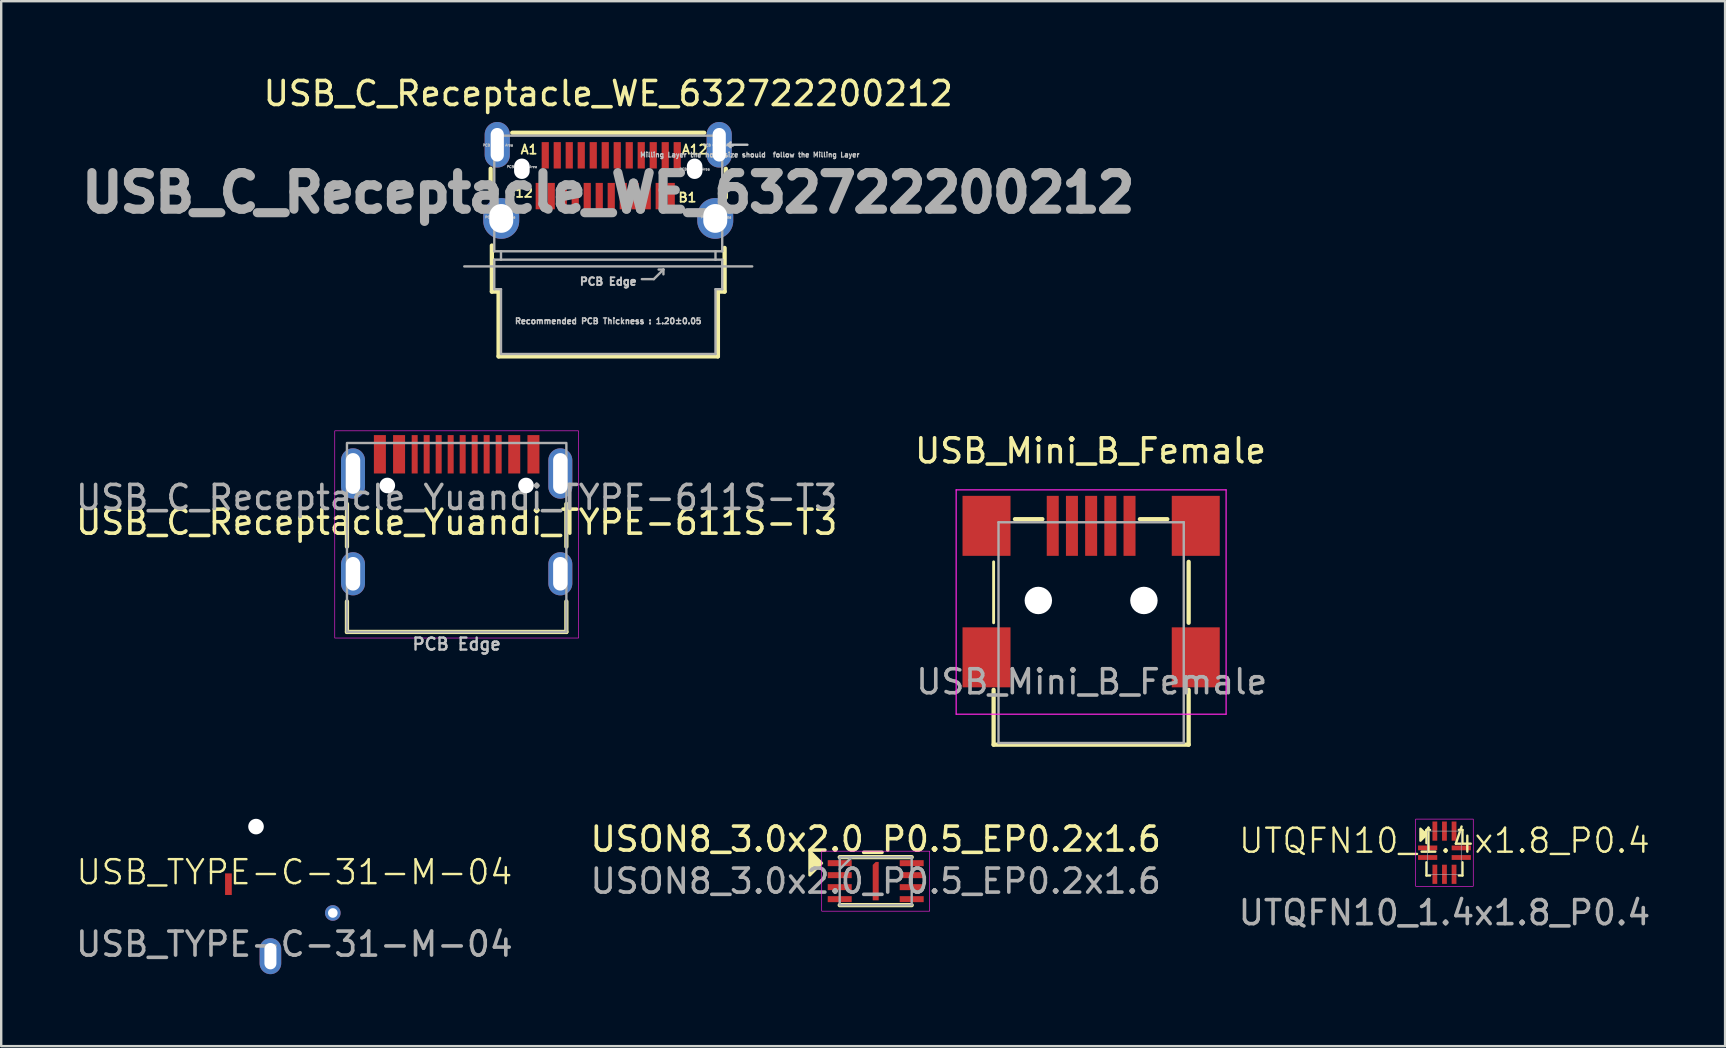
<source format=kicad_pcb>
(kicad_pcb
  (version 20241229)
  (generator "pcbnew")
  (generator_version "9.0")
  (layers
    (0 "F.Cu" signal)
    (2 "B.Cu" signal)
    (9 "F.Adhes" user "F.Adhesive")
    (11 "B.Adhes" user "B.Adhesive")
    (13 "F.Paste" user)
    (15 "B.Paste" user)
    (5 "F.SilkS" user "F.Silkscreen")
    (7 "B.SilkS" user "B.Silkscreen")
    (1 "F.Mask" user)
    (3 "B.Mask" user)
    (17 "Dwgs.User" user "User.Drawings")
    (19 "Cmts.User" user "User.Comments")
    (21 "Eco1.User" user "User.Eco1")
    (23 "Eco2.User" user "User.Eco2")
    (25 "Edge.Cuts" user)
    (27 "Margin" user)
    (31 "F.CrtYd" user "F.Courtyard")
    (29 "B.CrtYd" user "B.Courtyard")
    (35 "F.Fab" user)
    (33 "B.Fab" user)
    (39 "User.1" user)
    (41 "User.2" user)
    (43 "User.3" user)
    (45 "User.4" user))
  (footprint "USB_C_Receptacle_WE_632722200212"
    (layer "F.Cu")
    (at 22.299 3.983)
    (property "Reference" "USB_C_Receptacle_WE_632722200212" (at 0 -3.135 0) (layer "F.SilkS") (effects (font (size 1 1) (thickness 0.15))))
    (attr smd)
    (fp_line (start -4.9 0) (end -4.9 1.2) (stroke (width 0.178) (type solid)) (layer "F.SilkS"))
    (fp_line (start -4.85 3.2) (end -4.85 5.12) (stroke (width 0.178) (type solid)) (layer "F.SilkS"))
    (fp_line (start -4.85 5.12) (end -4.57 5.12) (stroke (width 0.178) (type solid)) (layer "F.SilkS"))
    (fp_line (start -4.57 5.12) (end -4.57 7.82) (stroke (width 0.178) (type solid)) (layer "F.SilkS"))
    (fp_line (start -4.57 7.82) (end 4.57 7.82) (stroke (width 0.178) (type solid)) (layer "F.SilkS"))
    (fp_line (start -4 -1.5) (end 4 -1.5) (stroke (width 0.178) (type solid)) (layer "F.SilkS"))
    (fp_line (start 4.57 5.12) (end 4.85 5.12) (stroke (width 0.178) (type solid)) (layer "F.SilkS"))
    (fp_line (start 4.57 7.82) (end 4.57 5.12) (stroke (width 0.178) (type solid)) (layer "F.SilkS"))
    (fp_line (start 4.85 5.12) (end 4.85 3.3) (stroke (width 0.178) (type solid)) (layer "F.SilkS"))
    (fp_line (start 4.9 1.2) (end 4.9 0) (stroke (width 0.178) (type solid)) (layer "F.SilkS"))
    (fp_line (start 5 -1) (end 5.1 -1.1) (stroke (width 0.1) (type solid)) (layer "Dwgs.User"))
    (fp_line (start 5 -1) (end 5.1 -0.9) (stroke (width 0.1) (type solid)) (layer "Dwgs.User"))
    (fp_line (start 5.8 -1) (end 5 -1) (stroke (width 0.1) (type solid)) (layer "Dwgs.User"))
    (fp_line (start -6 4.07) (end 6 4.07) (stroke (width 0.1) (type solid)) (layer "F.Fab"))
    (fp_line (start -4.75 -1.38) (end -4.75 3.44) (stroke (width 0.1) (type solid)) (layer "F.Fab"))
    (fp_line (start -4.75 3.44) (end -4.47 3.44) (stroke (width 0.1) (type solid)) (layer "F.Fab"))
    (fp_line (start -4.75 3.79) (end -4.75 5.02) (stroke (width 0.1) (type solid)) (layer "F.Fab"))
    (fp_line (start -4.75 3.79) (end -4.47 3.79) (stroke (width 0.1) (type solid)) (layer "F.Fab"))
    (fp_line (start -4.75 5.02) (end -4.47 5.02) (stroke (width 0.1) (type solid)) (layer "F.Fab"))
    (fp_line (start -4.47 3.44) (end -4.47 3.79) (stroke (width 0.1) (type solid)) (layer "F.Fab"))
    (fp_line (start -4.47 3.44) (end 4.47 3.44) (stroke (width 0.1) (type solid)) (layer "F.Fab"))
    (fp_line (start -4.47 3.79) (end 4.47 3.79) (stroke (width 0.1) (type solid)) (layer "F.Fab"))
    (fp_line (start -4.47 5.02) (end -4.47 7.72) (stroke (width 0.1) (type solid)) (layer "F.Fab"))
    (fp_line (start -4.47 7.72) (end 4.47 7.72) (stroke (width 0.1) (type solid)) (layer "F.Fab"))
    (fp_line (start 1.4 4.6) (end 1.9 4.6) (stroke (width 0.1) (type solid)) (layer "F.Fab"))
    (fp_line (start 1.9 4.6) (end 2.3 4.2) (stroke (width 0.1) (type solid)) (layer "F.Fab"))
    (fp_line (start 2.3 4.2) (end 2.1 4.2) (stroke (width 0.1) (type solid)) (layer "F.Fab"))
    (fp_line (start 2.3 4.2) (end 2.3 4.4) (stroke (width 0.1) (type solid)) (layer "F.Fab"))
    (fp_line (start 4.47 3.44) (end 4.47 3.79) (stroke (width 0.1) (type solid)) (layer "F.Fab"))
    (fp_line (start 4.47 3.44) (end 4.75 3.44) (stroke (width 0.1) (type solid)) (layer "F.Fab"))
    (fp_line (start 4.47 3.79) (end 4.75 3.79) (stroke (width 0.1) (type solid)) (layer "F.Fab"))
    (fp_line (start 4.47 5.02) (end 4.47 7.72) (stroke (width 0.1) (type solid)) (layer "F.Fab"))
    (fp_line (start 4.47 5.02) (end 4.75 5.02) (stroke (width 0.1) (type solid)) (layer "F.Fab"))
    (fp_line (start 4.75 -1.38) (end -4.75 -1.38) (stroke (width 0.1) (type solid)) (layer "F.Fab"))
    (fp_line (start 4.75 3.44) (end 4.75 -1.38) (stroke (width 0.1) (type solid)) (layer "F.Fab"))
    (fp_line (start 4.75 5.02) (end 4.75 3.79) (stroke (width 0.1) (type solid)) (layer "F.Fab"))
    (fp_text user "B12" (at -3.7 1 0) (layer "F.SilkS") (effects (font (size 0.381 0.381) (thickness 0.076) (bold yes))))
    (fp_text user "A12" (at 3.6 -0.8 0) (layer "F.SilkS") (effects (font (size 0.381 0.381) (thickness 0.076) (bold yes))))
    (fp_text user "A1" (at -3.3 -0.8 0) (layer "F.SilkS") (effects (font (size 0.381 0.381) (thickness 0.076) (bold yes))))
    (fp_text user "B1" (at 3.3 1.2 0) (layer "F.SilkS") (effects (font (size 0.381 0.381) (thickness 0.076) (bold yes))))
    (fp_text user "PCB Cutout Area" (at -4.5 2.02 0) (layer "Dwgs.User") (effects (font (size 0.1 0.1) (thickness 0.15))))
    (fp_text user "PCB Cutout Area" (at -4.6 -0.98 0) (layer "Dwgs.User") (effects (font (size 0.1 0.1) (thickness 0.15))))
    (fp_text user "PCB Cutout Area" (at 3.6 0.02 0) (layer "Dwgs.User") (effects (font (size 0.1 0.1) (thickness 0.15))))
    (fp_text user "Recommended PCB Thickness : 1.20±0.05" (at 0 6.35 0) (layer "Dwgs.User") (effects (font (size 0.24 0.24) (thickness 0.15))))
    (fp_text user "PCB Edge" (at 0 4.7 0) (layer "Dwgs.User") (effects (font (size 0.32 0.32) (thickness 0.15))))
    (fp_text user "Milling Layer the hole size should  follow the Milling Layer" (at 5.9 -0.58 0) (layer "Dwgs.User") (effects (font (size 0.2 0.2) (thickness 0.15))))
    (fp_text user "PCB Cutout Area" (at -3.6 -0.08 0) (layer "Dwgs.User") (effects (font (size 0.1 0.1) (thickness 0.15))))
    (fp_text user "PCB Cutout Area" (at 4.6 -0.98 0) (layer "Dwgs.User") (effects (font (size 0.1 0.1) (thickness 0.15))))
    (fp_text user "PCB Cutout Area" (at 4.5 2.02 0) (layer "Dwgs.User") (effects (font (size 0.1 0.1) (thickness 0.15))))
    (fp_text user "${REFERENCE}" (at 0 1 0) (unlocked yes) (layer "F.Fab") (effects (font (size 1.524 1.524) (thickness 0.381) (bold yes))))
    (pad "" np_thru_hole oval (at -3.6 0) (size 0.65 0.85) (drill oval 0.65 0.85) (layers "*.Cu" "*.Mask"))
    (pad "" np_thru_hole oval (at 3.6 0) (size 0.65 0.85) (drill oval 0.65 0.85) (layers "*.Cu" "*.Mask"))
    (pad "A1" smd rect (at -2.625 -0.56) (size 0.3 1.1) (layers "F.Cu" "F.Mask" "F.Paste"))
    (pad "A2" smd rect (at -2.125 -0.56) (size 0.3 1.1) (layers "F.Cu" "F.Mask" "F.Paste"))
    (pad "A3" smd rect (at -1.625 -0.56) (size 0.3 1.1) (layers "F.Cu" "F.Mask" "F.Paste"))
    (pad "A4" smd rect (at -1.125 -0.56) (size 0.3 1.1) (layers "F.Cu" "F.Mask" "F.Paste"))
    (pad "A5" smd rect (at -0.625 -0.56) (size 0.3 1.1) (layers "F.Cu" "F.Mask" "F.Paste"))
    (pad "A6" smd rect (at -0.125 -0.56) (size 0.3 1.1) (layers "F.Cu" "F.Mask" "F.Paste"))
    (pad "A7" smd rect (at 0.375 -0.56) (size 0.3 1.1) (layers "F.Cu" "F.Mask" "F.Paste"))
    (pad "A8" smd rect (at 0.875 -0.56) (size 0.3 1.1) (layers "F.Cu" "F.Mask" "F.Paste"))
    (pad "A9" smd rect (at 1.375 -0.56) (size 0.3 1.1) (layers "F.Cu" "F.Mask" "F.Paste"))
    (pad "A10" smd rect (at 1.875 -0.56) (size 0.3 1.1) (layers "F.Cu" "F.Mask" "F.Paste"))
    (pad "A11" smd rect (at 2.375 -0.56) (size 0.3 1.1) (layers "F.Cu" "F.Mask" "F.Paste"))
    (pad "A12" smd rect (at 2.875 -0.56) (size 0.3 1.1) (layers "F.Cu" "F.Mask" "F.Paste"))
    (pad "B1" smd rect (at 2.625 1.14) (size 0.3 1.1) (layers "F.Cu" "F.Mask" "F.Paste"))
    (pad "B2" smd rect (at 2.125 1.14) (size 0.3 1.1) (layers "F.Cu" "F.Mask" "F.Paste"))
    (pad "B3" smd rect (at 1.625 1.14) (size 0.3 1.1) (layers "F.Cu" "F.Mask" "F.Paste"))
    (pad "B4" smd rect (at 1.125 1.14) (size 0.3 1.1) (layers "F.Cu" "F.Mask" "F.Paste"))
    (pad "B5" smd rect (at 0.625 1.14) (size 0.3 1.1) (layers "F.Cu" "F.Mask" "F.Paste"))
    (pad "B6" smd rect (at 0.125 1.14) (size 0.3 1.1) (layers "F.Cu" "F.Mask" "F.Paste"))
    (pad "B7" smd rect (at -0.375 1.14) (size 0.3 1.1) (layers "F.Cu" "F.Mask" "F.Paste"))
    (pad "B8" smd rect (at -0.875 1.14) (size 0.3 1.1) (layers "F.Cu" "F.Mask" "F.Paste"))
    (pad "B9" smd rect (at -1.375 1.14) (size 0.3 1.1) (layers "F.Cu" "F.Mask" "F.Paste"))
    (pad "B10" smd rect (at -1.875 1.14) (size 0.3 1.1) (layers "F.Cu" "F.Mask" "F.Paste"))
    (pad "B11" smd rect (at -2.375 1.14) (size 0.3 1.1) (layers "F.Cu" "F.Mask" "F.Paste"))
    (pad "B12" smd rect (at -2.875 1.14) (size 0.3 1.1) (layers "F.Cu" "F.Mask" "F.Paste"))
    (pad "SH" thru_hole oval (at -4.625 -1) (size 1.05 1.9) (drill oval 0.55 1.4) (layers "*.Cu" "*.Mask"))
    (pad "SH" thru_hole oval (at -4.46 2.07) (size 1.5 1.7) (drill oval 1 1.2) (layers "*.Cu" "*.Mask"))
    (pad "SH" thru_hole oval (at 4.46 2.07) (size 1.5 1.7) (drill oval 1 1.2) (layers "*.Cu" "*.Mask"))
    (pad "SH" thru_hole oval (at 4.625 -1) (size 1.05 1.9) (drill oval 0.55 1.4) (layers "*.Cu" "*.Mask")))
  (footprint "UTQFN10_1.4x1.8_P0.4"
    (layer "F.Cu")
    (at 57.149 32.487)
    (property "Reference" "UTQFN10_1.4x1.8_P0.4" (at 0 -0.5 0) (unlocked yes) (layer "F.SilkS") (effects (font (size 1 1) (thickness 0.1))))
    (attr smd)
    (fp_line (start -0.75 -0.95) (end -0.6 -0.95) (stroke (width 0.1) (type default)) (layer "F.SilkS"))
    (fp_line (start -0.75 -0.4) (end -0.75 -0.95) (stroke (width 0.1) (type default)) (layer "F.SilkS"))
    (fp_line (start -0.75 0.4) (end -0.75 0.95) (stroke (width 0.1) (type default)) (layer "F.SilkS"))
    (fp_line (start -0.75 0.95) (end -0.6 0.95) (stroke (width 0.1) (type default)) (layer "F.SilkS"))
    (fp_line (start 0.6 -0.95) (end 0.75 -0.95) (stroke (width 0.1) (type default)) (layer "F.SilkS"))
    (fp_line (start 0.6 0.95) (end 0.75 0.95) (stroke (width 0.1) (type default)) (layer "F.SilkS"))
    (fp_line (start 0.75 -0.95) (end 0.75 -0.4) (stroke (width 0.1) (type default)) (layer "F.SilkS"))
    (fp_line (start 0.75 0.95) (end 0.75 0.4) (stroke (width 0.1) (type default)) (layer "F.SilkS"))
    (fp_poly (pts (xy -1 -1) (xy -0.75 -0.75) (xy -1 -0.5)) (stroke (width 0.1) (type solid)) (fill yes) (layer "F.SilkS"))
    (fp_rect (start -1.2 -1.4) (end 1.2 1.4) (stroke (width 0.025) (type solid)) (fill no) (layer "F.CrtYd"))
    (fp_rect (start -0.7 -0.9) (end 0.7 0.9) (stroke (width 0.025) (type solid)) (fill no) (layer "F.Fab"))
    (fp_text user "${REFERENCE}" (at 0 2.5 0) (unlocked yes) (layer "F.Fab") (effects (font (size 1 1) (thickness 0.15))))
    (pad "1" smd rect (at -0.7 -0.2) (size 0.8 0.2) (layers "F.Cu" "F.Mask" "F.Paste"))
    (pad "2" smd rect (at -0.7 0.2) (size 0.8 0.2) (layers "F.Cu" "F.Mask" "F.Paste"))
    (pad "3" smd rect (at -0.4 0.9) (size 0.2 0.8) (layers "F.Cu" "F.Mask" "F.Paste"))
    (pad "4" smd rect (at 0 0.9) (size 0.2 0.8) (layers "F.Cu" "F.Mask" "F.Paste"))
    (pad "5" smd rect (at 0.4 0.9) (size 0.2 0.8) (layers "F.Cu" "F.Mask" "F.Paste"))
    (pad "6" smd rect (at 0.7 0.2) (size 0.8 0.2) (layers "F.Cu" "F.Mask" "F.Paste"))
    (pad "7" smd rect (at 0.7 -0.2) (size 0.8 0.2) (layers "F.Cu" "F.Mask" "F.Paste"))
    (pad "8" smd rect (at 0.4 -0.9) (size 0.2 0.8) (layers "F.Cu" "F.Mask" "F.Paste"))
    (pad "9" smd rect (at 0 -0.9) (size 0.2 0.8) (layers "F.Cu" "F.Mask" "F.Paste"))
    (pad "10" smd rect (at -0.4 -0.9) (size 0.2 0.8) (layers "F.Cu" "F.Mask" "F.Paste")))
  (footprint "USB_TYPE-C-31-M-04"
    (layer "F.Cu")
    (at 9.22 33.799)
    (property "Reference" "USB_TYPE-C-31-M-04" (at 0 -0.5 0) (unlocked yes) (layer "F.SilkS") (effects (font (size 1 1) (thickness 0.1))))
    (attr through_hole)
    (fp_text user "${REFERENCE}" (at 0 2.5 0) (unlocked yes) (layer "F.Fab") (effects (font (size 1 1) (thickness 0.15))))
    (pad "" np_thru_hole circle (at -1.6 -2.4) (size 0.65 0.65) (drill 0.65) (layers "*.Cu" "*.Mask"))
    (pad "A1" smd rect (at -2.75 0) (size 0.28 0.9) (layers "F.Cu" "F.Mask" "F.Paste"))
    (pad "B1" thru_hole circle (at 1.6 1.2) (size 0.65 0.65) (drill 0.4) (layers "*.Cu" "*.Mask"))
    (pad "SH" thru_hole oval (at -1 3) (size 0.9 1.5) (drill oval 0.5 1.1) (layers "*.Cu" "*.Mask")))
  (footprint "USB_Mini_B_Female"
    (layer "F.Cu")
    (at 42.424 26.715)
    (property "Reference" "USB_Mini_B_Female" (at -0.025 -10.975 0) (layer "F.SilkS") (effects (font (size 1 1) (thickness 0.15))))
    (attr smd)
    (fp_line (start -4.064 -6.35) (end -4.064 -3.81) (stroke (width 0.12) (type solid)) (layer "F.SilkS"))
    (fp_line (start -4.064 1.27) (end -4.064 -1.016) (stroke (width 0.178) (type solid)) (layer "F.SilkS"))
    (fp_line (start -2.032 -8.128) (end -3.175 -8.128) (stroke (width 0.178) (type solid)) (layer "F.SilkS"))
    (fp_line (start 3.175 -8.128) (end 2.032 -8.128) (stroke (width 0.178) (type solid)) (layer "F.SilkS"))
    (fp_line (start 4.064 -6.35) (end 4.064 -3.81) (stroke (width 0.178) (type solid)) (layer "F.SilkS"))
    (fp_line (start 4.064 -1.016) (end 4.064 1.27) (stroke (width 0.178) (type solid)) (layer "F.SilkS"))
    (fp_line (start 4.064 1.27) (end -4.064 1.27) (stroke (width 0.178) (type solid)) (layer "F.SilkS"))
    (fp_line (start -5.625 -9.35) (end -5.625 0) (stroke (width 0.05) (type solid)) (layer "F.CrtYd"))
    (fp_line (start -5.625 -9.35) (end 5.625 -9.35) (stroke (width 0.05) (type solid)) (layer "F.CrtYd"))
    (fp_line (start -5.625 0) (end 5.625 0) (stroke (width 0.05) (type solid)) (layer "F.CrtYd"))
    (fp_line (start 5.625 -9.35) (end 5.625 0) (stroke (width 0.05) (type solid)) (layer "F.CrtYd"))
    (fp_line (start -3.86 -8) (end -3.86 1.2) (stroke (width 0.1) (type solid)) (layer "F.Fab"))
    (fp_line (start -3.86 -8) (end 3.86 -8) (stroke (width 0.1) (type solid)) (layer "F.Fab"))
    (fp_line (start 3.86 -8) (end 3.86 1.2) (stroke (width 0.1) (type solid)) (layer "F.Fab"))
    (fp_line (start 3.86 1.2) (end -3.86 1.2) (stroke (width 0.1) (type solid)) (layer "F.Fab"))
    (fp_text user "${REFERENCE}" (at 0.025 -1.35 0) (layer "F.Fab") (effects (font (size 1 1) (thickness 0.15))))
    (pad "" np_thru_hole circle (at -2.2 -4.74) (size 1.143 1.143) (drill 1.143) (layers "*.Cu" "*.Mask"))
    (pad "" np_thru_hole circle (at 2.2 -4.74) (size 1.143 1.143) (drill 1.143) (layers "*.Cu" "*.Mask"))
    (pad "1" smd rect (at -1.6 -7.85) (size 0.5 2.5) (layers "F.Cu" "F.Mask" "F.Paste"))
    (pad "2" smd rect (at -0.8 -7.85) (size 0.5 2.5) (layers "F.Cu" "F.Mask" "F.Paste"))
    (pad "3" smd rect (at 0 -7.85) (size 0.5 2.5) (layers "F.Cu" "F.Mask" "F.Paste"))
    (pad "4" smd rect (at 0.8 -7.85) (size 0.5 2.5) (layers "F.Cu" "F.Mask" "F.Paste"))
    (pad "5" smd rect (at 1.6 -7.85) (size 0.5 2.5) (layers "F.Cu" "F.Mask" "F.Paste"))
    (pad "SH" smd rect (at -4.36 -7.85) (size 2 2.5) (layers "F.Cu" "F.Mask" "F.Paste"))
    (pad "SH" smd rect (at -4.36 -2.37) (size 2 2.5) (layers "F.Cu" "F.Mask" "F.Paste"))
    (pad "SH" smd rect (at 4.36 -7.85) (size 2 2.5) (layers "F.Cu" "F.Mask" "F.Paste"))
    (pad "SH" smd rect (at 4.36 -2.37) (size 2 2.5) (layers "F.Cu" "F.Mask" "F.Paste")))
  (footprint "USON8_3.0x2.0_P0.5_EP0.2x1.6"
    (layer "F.Cu")
    (at 33.446 33.673)
    (property "Reference" "USON8_3.0x2.0_P0.5_EP0.2x1.6" (at 0 -1.75 0) (unlocked yes) (layer "F.SilkS") (effects (font (size 1 1) (thickness 0.15))))
    (attr smd)
    (fp_line (start -1.5 -1) (end 1.5 -1) (stroke (width 0.178) (type solid)) (layer "F.SilkS"))
    (fp_line (start -1.5 1) (end 1.5 1) (stroke (width 0.178) (type solid)) (layer "F.SilkS"))
    (fp_poly (pts (xy -2.25 -0.75) (xy -2.75 -0.25) (xy -2.75 -1.25)) (stroke (width 0.12) (type solid)) (fill yes) (layer "F.SilkS"))
    (fp_rect (start -2.25 -1.25) (end 2.25 1.25) (stroke (width 0.025) (type solid)) (fill no) (layer "F.CrtYd"))
    (fp_line (start -1.5 -0.5) (end -1 -1) (stroke (width 0.1) (type solid)) (layer "F.Fab"))
    (fp_rect (start -1.5 -1) (end 1.5 1) (stroke (width 0.1) (type solid)) (fill no) (layer "F.Fab"))
    (fp_text user "${REFERENCE}" (at 0 0 0) (unlocked yes) (layer "F.Fab") (effects (font (size 1 1) (thickness 0.15))))
    (pad "1" smd rect (at -1.5 -0.75) (size 1 0.25) (layers "F.Cu" "F.Mask" "F.Paste"))
    (pad "2" smd rect (at -1.5 -0.25) (size 1 0.25) (layers "F.Cu" "F.Mask" "F.Paste"))
    (pad "3" smd rect (at -1.5 0.25) (size 1 0.25) (layers "F.Cu" "F.Mask" "F.Paste"))
    (pad "4" smd rect (at -1.5 0.75) (size 1 0.25) (layers "F.Cu" "F.Mask" "F.Paste"))
    (pad "5" smd rect (at 1.5 0.75) (size 1 0.25) (layers "F.Cu" "F.Mask" "F.Paste"))
    (pad "6" smd rect (at 1.5 0.25) (size 1 0.25) (layers "F.Cu" "F.Mask" "F.Paste"))
    (pad "7" smd rect (at 1.5 -0.25) (size 1 0.25) (layers "F.Cu" "F.Mask" "F.Paste"))
    (pad "8" smd rect (at 1.5 -0.75) (size 1 0.25) (layers "F.Cu" "F.Mask" "F.Paste"))
    (pad "9" smd roundrect (at 0 0) (size 0.25 1.6) (layers "F.Cu" "F.Mask" "F.Paste") (roundrect_rratio 0) (chamfer_ratio 0.5) (chamfer top_left)))
  (footprint "USB_C_Receptacle_Yuandi_TYPE-611S-T3"
    (layer "F.Cu")
    (at 15.982 16.683)
    (property "Reference" "USB_C_Receptacle_Yuandi_TYPE-611S-T3" (at 0 2.032 0) (layer "F.SilkS") (effects (font (size 1 1) (thickness 0.15))))
    (attr through_hole)
    (fp_line (start -4.572 3.048) (end -4.572 1.27) (stroke (width 0.178) (type solid)) (layer "F.SilkS"))
    (fp_line (start -4.572 5.334) (end -4.572 6.604) (stroke (width 0.178) (type solid)) (layer "F.SilkS"))
    (fp_line (start -4.572 6.604) (end 4.572 6.604) (stroke (width 0.178) (type solid)) (layer "F.SilkS"))
    (fp_line (start 4.572 3.048) (end 4.572 1.27) (stroke (width 0.178) (type solid)) (layer "F.SilkS"))
    (fp_line (start 4.572 5.334) (end 4.572 6.604) (stroke (width 0.178) (type solid)) (layer "F.SilkS"))
    (fp_rect (start -5.08 6.858) (end 5.08 -1.778) (stroke (width 0.025) (type solid)) (fill no) (layer "F.CrtYd"))
    (fp_rect (start -4.572 6.604) (end 4.572 -1.27) (stroke (width 0.1) (type solid)) (fill no) (layer "F.Fab"))
    (fp_text user "PCB Edge" (at 0 7.112 0) (layer "Dwgs.User") (effects (font (size 0.5 0.5) (thickness 0.1))))
    (fp_text user "${REFERENCE}" (at 0 1 0) (layer "F.Fab") (effects (font (size 1 1) (thickness 0.15))))
    (pad "" np_thru_hole circle (at -2.89 0.5) (size 0.65 0.65) (drill 0.65) (layers "*.Cu" "*.Mask"))
    (pad "" np_thru_hole circle (at 2.89 0.5) (size 0.65 0.65) (drill 0.65) (layers "*.Cu" "*.Mask"))
    (pad "A1" smd rect (at -3.2 -0.8) (size 0.5 1.6) (layers "F.Cu" "F.Mask" "F.Paste"))
    (pad "A4" smd rect (at -2.4 -0.8) (size 0.5 1.6) (layers "F.Cu" "F.Mask" "F.Paste"))
    (pad "A5" smd rect (at -1.25 -0.8) (size 0.25 1.6) (layers "F.Cu" "F.Mask" "F.Paste"))
    (pad "A6" smd rect (at -0.25 -0.8) (size 0.25 1.6) (layers "F.Cu" "F.Mask" "F.Paste"))
    (pad "A7" smd rect (at 0.25 -0.8) (size 0.25 1.6) (layers "F.Cu" "F.Mask" "F.Paste"))
    (pad "A8" smd rect (at 1.25 -0.8) (size 0.25 1.6) (layers "F.Cu" "F.Mask" "F.Paste"))
    (pad "B1" smd rect (at 3.2 -0.8) (size 0.5 1.6) (layers "F.Cu" "F.Mask" "F.Paste"))
    (pad "B4" smd rect (at 2.4 -0.8) (size 0.5 1.6) (layers "F.Cu" "F.Mask" "F.Paste"))
    (pad "B5" smd rect (at 1.75 -0.8) (size 0.25 1.6) (layers "F.Cu" "F.Mask" "F.Paste"))
    (pad "B6" smd rect (at 0.75 -0.8) (size 0.25 1.6) (layers "F.Cu" "F.Mask" "F.Paste"))
    (pad "B7" smd rect (at -0.75 -0.8) (size 0.25 1.6) (layers "F.Cu" "F.Mask" "F.Paste"))
    (pad "B8" smd rect (at -1.75 -0.8) (size 0.25 1.6) (layers "F.Cu" "F.Mask" "F.Paste"))
    (pad "SH" thru_hole oval (at -4.32 0) (size 1 2.1) (drill oval 0.6 1.7) (layers "*.Cu" "*.Mask"))
    (pad "SH" thru_hole oval (at -4.32 4.18) (size 1 1.8) (drill oval 0.6 1.4) (layers "*.Cu" "*.Mask"))
    (pad "SH" thru_hole oval (at 4.32 0) (size 1 2.1) (drill oval 0.6 1.7) (layers "*.Cu" "*.Mask"))
    (pad "SH" thru_hole oval (at 4.32 4.18) (size 1 1.8) (drill oval 0.6 1.4) (layers "*.Cu" "*.Mask")))
  (gr_rect
    (start -3 -3)
    (end 68.845 40.549)
    (stroke (width 0.1) (type default))
    (fill no)
    (layer "Edge.Cuts")))
</source>
